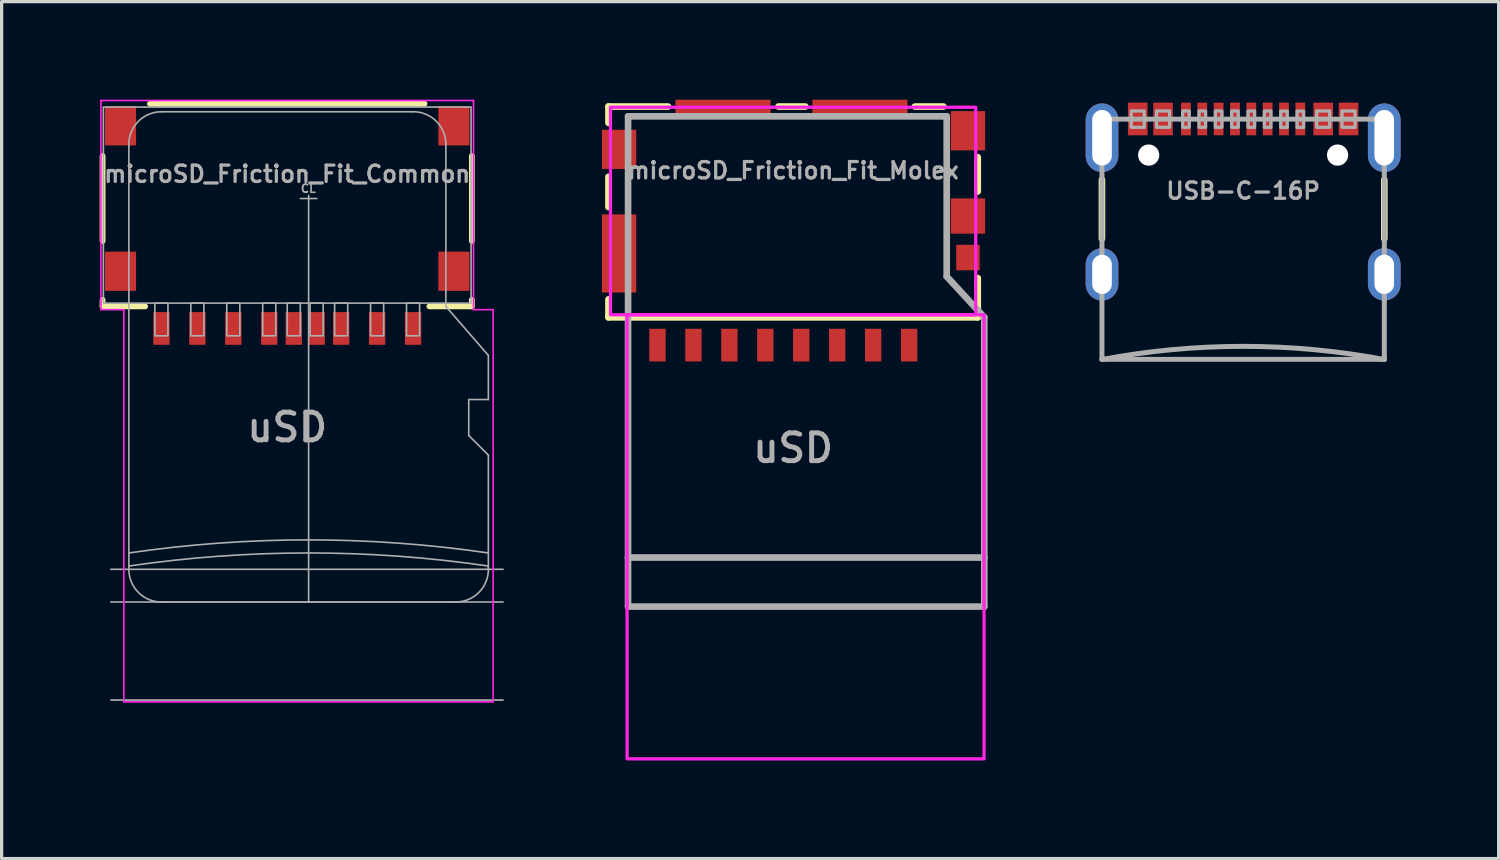
<source format=kicad_pcb>
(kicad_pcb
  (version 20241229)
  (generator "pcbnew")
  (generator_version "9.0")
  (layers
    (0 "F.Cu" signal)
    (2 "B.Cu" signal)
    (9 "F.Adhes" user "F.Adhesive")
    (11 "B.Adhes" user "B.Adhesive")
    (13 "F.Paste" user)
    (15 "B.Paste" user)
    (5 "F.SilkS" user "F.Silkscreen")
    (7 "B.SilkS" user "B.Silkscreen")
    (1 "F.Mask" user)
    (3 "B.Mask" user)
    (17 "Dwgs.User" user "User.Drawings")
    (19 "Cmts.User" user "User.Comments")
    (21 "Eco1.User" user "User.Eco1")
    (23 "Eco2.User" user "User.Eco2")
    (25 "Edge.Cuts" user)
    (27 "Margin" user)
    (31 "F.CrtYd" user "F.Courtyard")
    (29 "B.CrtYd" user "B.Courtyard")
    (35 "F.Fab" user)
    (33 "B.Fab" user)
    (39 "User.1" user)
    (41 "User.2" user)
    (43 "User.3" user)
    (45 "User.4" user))
  (footprint "microSD_Friction_Fit_Molex"
    (layer "F.Cu")
    (at 21.218 3.66)
    (property "Reference" "microSD_Friction_Fit_Molex" (at 0 -1.2 0) (layer "F.Fab") (effects (font (size 0.5 0.5) (thickness 0.1) (bold yes)) (justify bottom)))
    (attr smd)
    (fp_line (start -5.65 -3.45) (end -3.825 -3.45) (stroke (width 0.203) (type solid)) (layer "F.SilkS"))
    (fp_line (start -5.65 -2.95) (end -5.65 -3.45) (stroke (width 0.203) (type solid)) (layer "F.SilkS"))
    (fp_line (start -5.65 -0.375) (end -5.65 -1.3) (stroke (width 0.203) (type solid)) (layer "F.SilkS"))
    (fp_line (start -5.65 2.45) (end -5.65 3) (stroke (width 0.203) (type solid)) (layer "F.SilkS"))
    (fp_line (start -5.65 3) (end 5.65 3) (stroke (width 0.203) (type solid)) (layer "F.SilkS"))
    (fp_line (start 0.375 -3.45) (end -0.45 -3.45) (stroke (width 0.203) (type solid)) (layer "F.SilkS"))
    (fp_line (start 4.6 -3.45) (end 3.725 -3.45) (stroke (width 0.203) (type solid)) (layer "F.SilkS"))
    (fp_line (start 5.65 -0.85) (end 5.65 -1.9) (stroke (width 0.203) (type solid)) (layer "F.SilkS"))
    (fp_line (start 5.65 3) (end 5.65 1.8) (stroke (width 0.203) (type solid)) (layer "F.SilkS"))
    (fp_poly (pts (xy -5.588 2.921) (xy 5.588 2.921) (xy 5.588 -3.429) (xy -5.588 -3.429)) (stroke (width 0.1) (type solid)) (fill no) (layer "F.CrtYd"))
    (fp_poly (pts (xy -5.08 16.51) (xy 5.842 16.51) (xy 5.842 2.921) (xy -5.08 2.921)) (stroke (width 0.1) (type solid)) (fill no) (layer "F.CrtYd"))
    (fp_line (start -5.05 -3.15) (end -5.05 10.35) (stroke (width 0.203) (type solid)) (layer "F.Fab"))
    (fp_line (start -5.05 10.35) (end -5.05 11.85) (stroke (width 0.203) (type solid)) (layer "F.Fab"))
    (fp_line (start -5.05 10.35) (end 5.85 10.35) (stroke (width 0.203) (type solid)) (layer "F.Fab"))
    (fp_line (start -5.05 11.85) (end 5.85 11.85) (stroke (width 0.203) (type solid)) (layer "F.Fab"))
    (fp_line (start 4.7 -3.15) (end -5.05 -3.15) (stroke (width 0.203) (type solid)) (layer "F.Fab"))
    (fp_line (start 4.7 1.75) (end 4.7 -3.15) (stroke (width 0.203) (type solid)) (layer "F.Fab"))
    (fp_line (start 5.85 3) (end 4.7 1.75) (stroke (width 0.203) (type solid)) (layer "F.Fab"))
    (fp_line (start 5.85 10.35) (end 5.85 3) (stroke (width 0.203) (type solid)) (layer "F.Fab"))
    (fp_line (start 5.85 11.85) (end 5.85 10.35) (stroke (width 0.203) (type solid)) (layer "F.Fab"))
    (fp_text user "uSD" (at 0 7 0) (layer "F.Fab") (effects (font (size 0.85 0.85) (thickness 0.15))))
    (pad "1" smd rect (at 3.55 3.85 90) (size 1 0.5) (layers "F.Cu" "F.Mask" "F.Paste"))
    (pad "2" smd rect (at 2.45 3.85 90) (size 1 0.5) (layers "F.Cu" "F.Mask" "F.Paste"))
    (pad "3" smd rect (at 1.35 3.85 90) (size 1 0.5) (layers "F.Cu" "F.Mask" "F.Paste"))
    (pad "4" smd rect (at 0.25 3.85 90) (size 1 0.5) (layers "F.Cu" "F.Mask" "F.Paste"))
    (pad "5" smd rect (at -0.85 3.85 90) (size 1 0.5) (layers "F.Cu" "F.Mask" "F.Paste"))
    (pad "6" smd rect (at -1.95 3.85 90) (size 1 0.5) (layers "F.Cu" "F.Mask" "F.Paste"))
    (pad "7" smd rect (at -3.05 3.85 90) (size 1 0.5) (layers "F.Cu" "F.Mask" "F.Paste"))
    (pad "8" smd rect (at -4.15 3.85 90) (size 1 0.5) (layers "F.Cu" "F.Mask" "F.Paste"))
    (pad "9" smd rect (at 5.35 1.17 180) (size 0.72 0.78) (layers "F.Cu" "F.Mask" "F.Paste"))
    (pad "10" smd rect (at -5.325 -2.14 90) (size 1.2 1.05) (layers "F.Cu" "F.Mask" "F.Paste"))
    (pad "10" smd rect (at -5.325 1.045 90) (size 2.39 1.05) (layers "F.Cu" "F.Mask" "F.Paste"))
    (pad "10" smd rect (at -2.145 -3.385) (size 2.91 0.55) (layers "F.Cu" "F.Mask" "F.Paste"))
    (pad "10" smd rect (at 2.045 -3.385) (size 2.91 0.55) (layers "F.Cu" "F.Mask" "F.Paste"))
    (pad "10" smd rect (at 5.35 -2.71 90) (size 1.2 1.05) (layers "F.Cu" "F.Mask" "F.Paste"))
    (pad "10" smd rect (at 5.35 -0.1 90) (size 1.08 1.05) (layers "F.Cu" "F.Mask" "F.Paste"))
    (zone (net_name "") (layer "F.Cu") (hatch edge 0.5) (connect_pads) (min_thickness 0.25) (filled_areas_thickness no) (keepout (tracks not_allowed) (vias not_allowed) (pads not_allowed) (copperpour not_allowed) (footprints allowed)) (placement (enabled no)) (fill) (polygon (pts (xy 16.734 5.644) (xy 25.27 5.644) (xy 25.27 1.734) (xy 16.734 1.734))))
    (zone (net_name "") (layer "F.Cu") (hatch edge 0.5) (connect_pads) (min_thickness 0.25) (filled_areas_thickness no) (keepout (tracks not_allowed) (vias not_allowed) (pads not_allowed) (copperpour not_allowed) (footprints allowed)) (placement (enabled no)) (fill) (polygon (pts (xy 16.734 5.644) (xy 25.27 5.644) (xy 25.27 1.734) (xy 16.734 1.734)))))
  (footprint "microSD_Friction_Fit_Common"
    (layer "F.Cu")
    (at 5.739 3.025)
    (property "Reference" "microSD_Friction_Fit_Common" (at 0 -0.75 0) (layer "F.Fab") (effects (font (size 0.5 0.5) (thickness 0.1) (bold yes))))
    (attr smd)
    (fp_line (start -5.65 -1.3) (end -5.65 1.3) (stroke (width 0.178) (type default)) (layer "F.SilkS"))
    (fp_line (start -5.65 3.3) (end -5.65 3.1) (stroke (width 0.178) (type default)) (layer "F.SilkS"))
    (fp_line (start -5.65 3.3) (end -4.35 3.3) (stroke (width 0.178) (type default)) (layer "F.SilkS"))
    (fp_line (start -4.2 -2.9) (end 4.2 -2.9) (stroke (width 0.178) (type default)) (layer "F.SilkS"))
    (fp_line (start 4.35 3.3) (end 5.65 3.3) (stroke (width 0.178) (type default)) (layer "F.SilkS"))
    (fp_line (start 5.65 -1.3) (end 5.65 1.3) (stroke (width 0.178) (type default)) (layer "F.SilkS"))
    (fp_line (start 5.65 3.1) (end 5.65 3.3) (stroke (width 0.178) (type default)) (layer "F.SilkS"))
    (fp_line (start -5.7 -3) (end 5.7 -3) (stroke (width 0.05) (type default)) (layer "F.CrtYd"))
    (fp_line (start -5.7 3.4) (end -5.7 -3) (stroke (width 0.05) (type default)) (layer "F.CrtYd"))
    (fp_line (start -5 3.4) (end -5.7 3.4) (stroke (width 0.05) (type default)) (layer "F.CrtYd"))
    (fp_line (start -5 15.4) (end -5 3.4) (stroke (width 0.05) (type default)) (layer "F.CrtYd"))
    (fp_line (start 5.7 -3) (end 5.7 3.4) (stroke (width 0.05) (type default)) (layer "F.CrtYd"))
    (fp_line (start 5.7 3.4) (end 6.3 3.4) (stroke (width 0.05) (type default)) (layer "F.CrtYd"))
    (fp_line (start 6.3 3.4) (end 6.3 15.4) (stroke (width 0.05) (type default)) (layer "F.CrtYd"))
    (fp_line (start 6.3 15.4) (end -5 15.4) (stroke (width 0.05) (type default)) (layer "F.CrtYd"))
    (fp_line (start -4.846 -1.615) (end -4.846 10.845) (stroke (width 0.05) (type solid)) (layer "F.Fab"))
    (fp_line (start -4.846 10.845) (end -4.846 11.245) (stroke (width 0.05) (type solid)) (layer "F.Fab"))
    (fp_line (start -4.846 11.245) (end -4.846 11.345) (stroke (width 0.05) (type solid)) (layer "F.Fab"))
    (fp_line (start -3.806 12.345) (end 5.154 12.345) (stroke (width 0.05) (type solid)) (layer "F.Fab"))
    (fp_line (start 0.404 0) (end 0.904 0) (stroke (width 0.05) (type default)) (layer "F.Fab"))
    (fp_line (start 0.654 12.345) (end 0.654 -0.1) (stroke (width 0.05) (type default)) (layer "F.Fab"))
    (fp_line (start 3.814 -2.655) (end -3.846 -2.655) (stroke (width 0.05) (type solid)) (layer "F.Fab"))
    (fp_line (start 4.854 3.3) (end 4.854 -1.655) (stroke (width 0.05) (type solid)) (layer "F.Fab"))
    (fp_line (start 5.554 6.15) (end 5.554 7.25) (stroke (width 0.05) (type solid)) (layer "F.Fab"))
    (fp_line (start 5.554 7.25) (end 6.154 7.85) (stroke (width 0.05) (type solid)) (layer "F.Fab"))
    (fp_line (start 6.154 4.8) (end 4.854 3.3) (stroke (width 0.05) (type solid)) (layer "F.Fab"))
    (fp_line (start 6.154 6.15) (end 5.554 6.15) (stroke (width 0.05) (type solid)) (layer "F.Fab"))
    (fp_line (start 6.154 6.15) (end 6.154 4.8) (stroke (width 0.05) (type solid)) (layer "F.Fab"))
    (fp_line (start 6.154 10.845) (end 6.154 7.85) (stroke (width 0.05) (type solid)) (layer "F.Fab"))
    (fp_line (start 6.154 11.245) (end 6.154 10.845) (stroke (width 0.05) (type solid)) (layer "F.Fab"))
    (fp_line (start 6.154 11.305) (end 6.154 11.245) (stroke (width 0.05) (type solid)) (layer "F.Fab"))
    (fp_line (start 6.604 11.345) (end -5.396 11.345) (stroke (width 0.05) (type solid)) (layer "F.Fab"))
    (fp_line (start 6.604 12.345) (end -5.396 12.345) (stroke (width 0.05) (type solid)) (layer "F.Fab"))
    (fp_line (start 6.604 15.345) (end -5.396 15.345) (stroke (width 0.05) (type solid)) (layer "F.Fab"))
    (fp_rect (start -5.625 -2.8) (end 5.625 3.2) (stroke (width 0.05) (type default)) (fill no) (layer "F.Fab"))
    (fp_rect (start -4.05 3.2) (end -3.65 4.2) (stroke (width 0.05) (type solid)) (fill no) (layer "F.Fab"))
    (fp_rect (start -2.95 3.2) (end -2.55 4.2) (stroke (width 0.05) (type solid)) (fill no) (layer "F.Fab"))
    (fp_rect (start -1.85 3.2) (end -1.45 4.2) (stroke (width 0.05) (type solid)) (fill no) (layer "F.Fab"))
    (fp_rect (start -0.35 3.2) (end -0.75 4.2) (stroke (width 0.05) (type solid)) (fill no) (layer "F.Fab"))
    (fp_rect (start 0.4 3.2) (end 0 4.2) (stroke (width 0.05) (type solid)) (fill no) (layer "F.Fab"))
    (fp_rect (start 1.1 3.2) (end 0.7 4.2) (stroke (width 0.05) (type solid)) (fill no) (layer "F.Fab"))
    (fp_rect (start 1.85 3.2) (end 1.45 4.2) (stroke (width 0.05) (type solid)) (fill no) (layer "F.Fab"))
    (fp_rect (start 2.95 3.2) (end 2.55 4.2) (stroke (width 0.05) (type solid)) (fill no) (layer "F.Fab"))
    (fp_rect (start 4.05 3.2) (end 3.65 4.2) (stroke (width 0.05) (type solid)) (fill no) (layer "F.Fab"))
    (fp_arc (start -4.84571 -1.61526) (mid -4.568722 -2.349696) (end -3.845709 -2.65526) (stroke (width 0.05) (type solid)) (layer "F.Fab"))
    (fp_arc (start -4.84571 10.84474) (mid 0.65429 10.444602) (end 6.15429 10.84474) (stroke (width 0.05) (type solid)) (layer "F.Fab"))
    (fp_arc (start -4.84571 11.24474) (mid 0.65429 10.844602) (end 6.15429 11.24474) (stroke (width 0.05) (type solid)) (layer "F.Fab"))
    (fp_arc (start -3.80571 12.34474) (mid -4.540146 12.067752) (end -4.84571 11.344739) (stroke (width 0.05) (type solid)) (layer "F.Fab"))
    (fp_arc (start 3.81429 -2.65526) (mid 4.548719 -2.378274) (end 4.85429 -1.655259) (stroke (width 0.05) (type solid)) (layer "F.Fab"))
    (fp_arc (start 6.15429 11.30474) (mid 5.877302 12.039176) (end 5.154289 12.34474) (stroke (width 0.05) (type solid)) (layer "F.Fab"))
    (fp_text user "uSD" (at 0 7 0) (layer "F.Fab") (effects (font (size 0.85 0.85) (thickness 0.15))))
    (fp_text user "CL" (at 0.646 -0.305 0) (unlocked yes) (layer "F.Fab") (effects (font (size 0.25 0.25) (thickness 0.05) (bold yes))))
    (pad "1" smd rect (at 3.85 3.975 180) (size 0.5 1) (layers "F.Cu" "F.Mask" "F.Paste"))
    (pad "2" smd rect (at 2.75 3.975 180) (size 0.5 1) (layers "F.Cu" "F.Mask" "F.Paste"))
    (pad "3" smd rect (at 1.65 3.975 180) (size 0.5 1) (layers "F.Cu" "F.Mask" "F.Paste"))
    (pad "4" smd rect (at 0.9 3.975 180) (size 0.5 1) (layers "F.Cu" "F.Mask" "F.Paste"))
    (pad "5" smd rect (at -0.55 3.975 180) (size 0.5 1) (layers "F.Cu" "F.Mask" "F.Paste"))
    (pad "6" smd rect (at -1.65 3.975 180) (size 0.5 1) (layers "F.Cu" "F.Mask" "F.Paste"))
    (pad "7" smd rect (at -2.75 3.975 180) (size 0.5 1) (layers "F.Cu" "F.Mask" "F.Paste"))
    (pad "8" smd rect (at -3.85 3.975 180) (size 0.5 1) (layers "F.Cu" "F.Mask" "F.Paste"))
    (pad "9" smd rect (at 0.2 3.975 180) (size 0.5 1) (layers "F.Cu" "F.Mask" "F.Paste"))
    (pad "10" smd rect (at -5.1 -2.225 180) (size 0.95 1.2) (layers "F.Cu" "F.Mask" "F.Paste"))
    (pad "10" smd rect (at -5.1 2.225 180) (size 0.95 1.2) (layers "F.Cu" "F.Mask" "F.Paste"))
    (pad "10" smd rect (at 5.1 -2.225 180) (size 0.95 1.2) (layers "F.Cu" "F.Mask" "F.Paste"))
    (pad "10" smd rect (at 5.1 2.225 180) (size 0.95 1.2) (layers "F.Cu" "F.Mask" "F.Paste")))
  (footprint "USB-C-16P"
    (layer "F.Cu")
    (at 34.988 0.25)
    (property "Reference" "USB-C-16P" (at 0 2.54 0) (layer "F.Fab") (effects (font (size 0.5 0.5) (thickness 0.1) (bold yes))))
    (fp_line (start -4.32 2.2) (end -4.32 4) (stroke (width 0.203) (type solid)) (layer "F.SilkS"))
    (fp_line (start 4.32 2.2) (end 4.32 4) (stroke (width 0.203) (type solid)) (layer "F.SilkS"))
    (fp_line (start -4.32 0.345) (end -4.32 1.965) (stroke (width 0.01) (type solid)) (layer "F.Fab"))
    (fp_line (start -4.32 0.345) (end 4.32 0.345) (stroke (width 0.152) (type solid)) (layer "F.Fab"))
    (fp_line (start -4.32 4.295) (end -4.32 5.895) (stroke (width 0.01) (type solid)) (layer "F.Fab"))
    (fp_line (start -4.32 7.695) (end -4.32 0.345) (stroke (width 0.152) (type solid)) (layer "F.Fab"))
    (fp_line (start -4.32 7.695) (end 4.32 7.695) (stroke (width 0.152) (type solid)) (layer "F.Fab"))
    (fp_line (start 4.32 0.345) (end 4.32 1.965) (stroke (width 0.01) (type solid)) (layer "F.Fab"))
    (fp_line (start 4.32 0.345) (end 4.32 7.695) (stroke (width 0.152) (type solid)) (layer "F.Fab"))
    (fp_line (start 4.32 4.295) (end 4.32 5.895) (stroke (width 0.01) (type solid)) (layer "F.Fab"))
    (fp_arc (start -4.32 7.7) (mid 0 7.297675) (end 4.32 7.7) (stroke (width 0.1524) (type solid)) (layer "F.Fab"))
    (fp_poly (pts (xy -3.425 0.595) (xy -3.025 0.595) (xy -3.025 0.095) (xy -3.425 0.095)) (stroke (width 0.1) (type default)) (fill no) (layer "F.Fab"))
    (fp_poly (pts (xy -2.65 0.595) (xy -2.25 0.595) (xy -2.25 0.095) (xy -2.65 0.095)) (stroke (width 0.1) (type default)) (fill no) (layer "F.Fab"))
    (fp_poly (pts (xy -1.85 0.595) (xy -1.65 0.595) (xy -1.65 0.095) (xy -1.85 0.095)) (stroke (width 0.1) (type default)) (fill no) (layer "F.Fab"))
    (fp_poly (pts (xy -1.35 0.595) (xy -1.15 0.595) (xy -1.15 0.095) (xy -1.35 0.095)) (stroke (width 0.1) (type default)) (fill no) (layer "F.Fab"))
    (fp_poly (pts (xy -0.85 0.595) (xy -0.65 0.595) (xy -0.65 0.095) (xy -0.85 0.095)) (stroke (width 0.1) (type default)) (fill no) (layer "F.Fab"))
    (fp_poly (pts (xy -0.35 0.595) (xy -0.15 0.595) (xy -0.15 0.095) (xy -0.35 0.095)) (stroke (width 0.1) (type default)) (fill no) (layer "F.Fab"))
    (fp_poly (pts (xy 0.15 0.595) (xy 0.35 0.595) (xy 0.35 0.095) (xy 0.15 0.095)) (stroke (width 0.1) (type default)) (fill no) (layer "F.Fab"))
    (fp_poly (pts (xy 0.65 0.595) (xy 0.85 0.595) (xy 0.85 0.095) (xy 0.65 0.095)) (stroke (width 0.1) (type default)) (fill no) (layer "F.Fab"))
    (fp_poly (pts (xy 1.15 0.6) (xy 1.35 0.6) (xy 1.35 0.1) (xy 1.15 0.1)) (stroke (width 0.1) (type default)) (fill no) (layer "F.Fab"))
    (fp_poly (pts (xy 1.65 0.6) (xy 1.85 0.6) (xy 1.85 0.1) (xy 1.65 0.1)) (stroke (width 0.1) (type default)) (fill no) (layer "F.Fab"))
    (fp_poly (pts (xy 2.25 0.595) (xy 2.65 0.595) (xy 2.65 0.095) (xy 2.25 0.095)) (stroke (width 0.1) (type default)) (fill no) (layer "F.Fab"))
    (fp_poly (pts (xy 3.025 0.595) (xy 3.425 0.595) (xy 3.425 0.095) (xy 3.025 0.095)) (stroke (width 0.1) (type default)) (fill no) (layer "F.Fab"))
    (pad "" np_thru_hole circle (at -2.89 1.445) (size 0.65 0.65) (drill 0.65) (layers "*.Cu" "*.Mask"))
    (pad "" np_thru_hole circle (at 2.89 1.445) (size 0.65 0.65) (drill 0.65) (layers "*.Cu" "*.Mask"))
    (pad "A5" smd rect (at -1.25 0.34 180) (size 0.3 1) (layers "F.Cu" "F.Mask" "F.Paste"))
    (pad "A6" smd rect (at -0.25 0.34 180) (size 0.3 1) (layers "F.Cu" "F.Mask" "F.Paste"))
    (pad "A7" smd rect (at 0.25 0.34) (size 0.3 1) (layers "F.Cu" "F.Mask" "F.Paste"))
    (pad "A8" smd rect (at 1.25 0.34) (size 0.3 1) (layers "F.Cu" "F.Mask" "F.Paste"))
    (pad "B5" smd rect (at 1.75 0.34) (size 0.3 1) (layers "F.Cu" "F.Mask" "F.Paste"))
    (pad "B6" smd rect (at 0.75 0.34) (size 0.3 1) (layers "F.Cu" "F.Mask" "F.Paste"))
    (pad "B7" smd rect (at -0.75 0.34 180) (size 0.3 1) (layers "F.Cu" "F.Mask" "F.Paste"))
    (pad "B8" smd rect (at -1.75 0.34 180) (size 0.3 1) (layers "F.Cu" "F.Mask" "F.Paste"))
    (pad "GND" smd rect (at -3.225 0.34 180) (size 0.6 1) (layers "F.Cu" "F.Mask" "F.Paste"))
    (pad "GND" smd rect (at 3.225 0.34) (size 0.6 1) (layers "F.Cu" "F.Mask" "F.Paste"))
    (pad "NC" thru_hole oval (at -4.318 0.915) (size 1 2.1) (drill oval 0.6 1.7) (layers "*.Cu" "*.Mask" "F.Paste"))
    (pad "NC" thru_hole oval (at -4.318 5.095) (size 1 1.6) (drill oval 0.6 1.2) (layers "*.Cu" "*.Mask" "F.Paste"))
    (pad "NC" thru_hole oval (at 4.318 0.915) (size 1 2.1) (drill oval 0.6 1.7) (layers "*.Cu" "*.Mask" "F.Paste"))
    (pad "S" thru_hole oval (at 4.318 5.095) (size 1 1.6) (drill oval 0.6 1.2) (layers "*.Cu" "*.Mask" "F.Paste"))
    (pad "VBUS" smd rect (at -2.45 0.34 180) (size 0.6 1) (layers "F.Cu" "F.Mask" "F.Paste"))
    (pad "VBUS" smd rect (at 2.45 0.34) (size 0.6 1) (layers "F.Cu" "F.Mask" "F.Paste")))
  (gr_rect
    (start -3 -3)
    (end 42.806 23.22)
    (stroke (width 0.1) (type default))
    (fill no)
    (layer "Edge.Cuts")))
</source>
